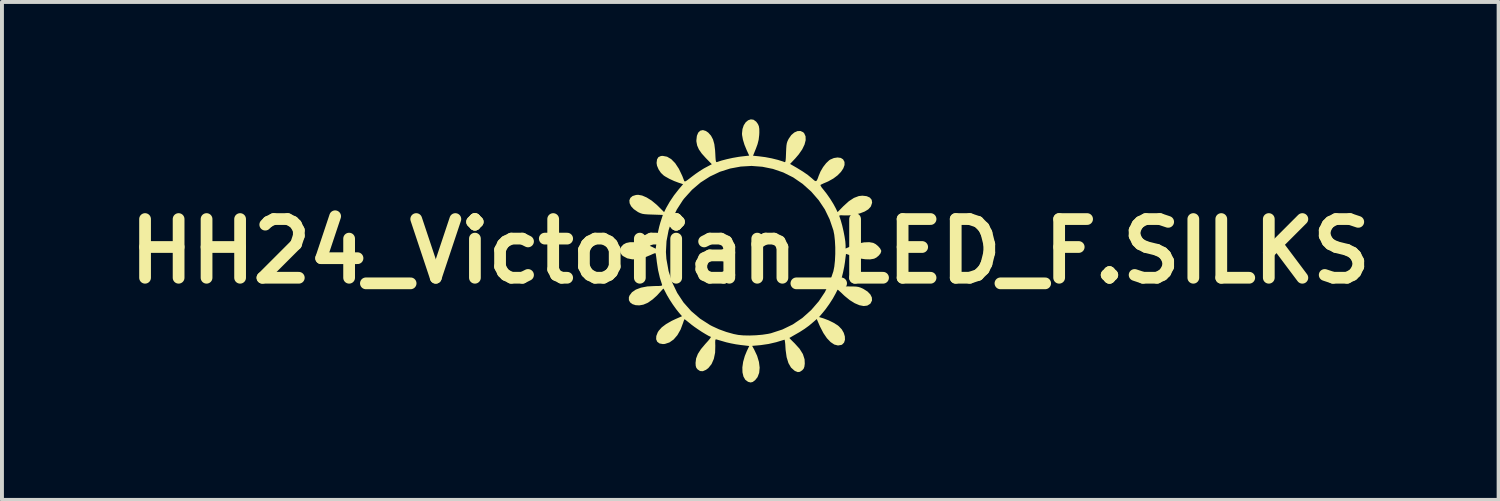
<source format=kicad_pcb>
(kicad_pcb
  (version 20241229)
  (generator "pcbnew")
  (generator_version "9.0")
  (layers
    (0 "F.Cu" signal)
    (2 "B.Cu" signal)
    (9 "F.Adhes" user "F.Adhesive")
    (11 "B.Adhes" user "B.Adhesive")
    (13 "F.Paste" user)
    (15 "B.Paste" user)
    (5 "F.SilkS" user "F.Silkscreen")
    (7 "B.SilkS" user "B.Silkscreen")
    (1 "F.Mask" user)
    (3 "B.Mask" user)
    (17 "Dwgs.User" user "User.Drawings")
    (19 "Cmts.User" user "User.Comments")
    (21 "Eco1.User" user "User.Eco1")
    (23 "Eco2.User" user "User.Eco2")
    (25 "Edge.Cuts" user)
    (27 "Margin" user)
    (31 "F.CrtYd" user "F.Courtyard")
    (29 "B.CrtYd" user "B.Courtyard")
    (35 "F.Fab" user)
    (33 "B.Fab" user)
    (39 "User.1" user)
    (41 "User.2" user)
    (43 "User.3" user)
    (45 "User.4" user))
  (footprint "HH24_Victorian_LED_F.SILKS"
    (layer "F.Cu")
    (at 16.121 3.369)
    (property "Reference" "HH24_Victorian_LED_F.SILKS" (at 0 0 0) (layer "F.SilkS") (effects (font (size 1.5 1.5) (thickness 0.3))))
    (attr board_only exclude_from_pos_files exclude_from_bom)
    (fp_poly (pts (xy 0.083 -3.36) (xy 0.148 -3.313) (xy 0.157 -3.303) (xy 0.196 -3.249) (xy 0.22 -3.194) (xy 0.231 -3.125) (xy 0.232 -3.032) (xy 0.229 -2.97) (xy 0.215 -2.851) (xy 0.186 -2.735) (xy 0.145 -2.623) (xy 0.071 -2.44) (xy 0.221 -2.425) (xy 0.384 -2.404) (xy 0.551 -2.372) (xy 0.708 -2.333) (xy 0.841 -2.291) (xy 0.872 -2.278) (xy 0.887 -2.276) (xy 0.897 -2.289) (xy 0.904 -2.324) (xy 0.909 -2.386) (xy 0.913 -2.482) (xy 0.914 -2.514) (xy 0.919 -2.625) (xy 0.925 -2.704) (xy 0.935 -2.762) (xy 0.951 -2.81) (xy 0.975 -2.86) (xy 0.984 -2.876) (xy 1.049 -2.969) (xy 1.126 -3.034) (xy 1.206 -3.069) (xy 1.283 -3.072) (xy 1.351 -3.041) (xy 1.378 -3.013) (xy 1.413 -2.936) (xy 1.416 -2.838) (xy 1.387 -2.726) (xy 1.328 -2.603) (xy 1.24 -2.476) (xy 1.154 -2.375) (xy 1.017 -2.23) (xy 1.192 -2.129) (xy 1.345 -2.035) (xy 1.471 -1.948) (xy 1.58 -1.858) (xy 1.605 -1.835) (xy 1.648 -1.799) (xy 1.679 -1.79) (xy 1.703 -1.811) (xy 1.728 -1.867) (xy 1.747 -1.923) (xy 1.795 -2.037) (xy 1.861 -2.15) (xy 1.938 -2.249) (xy 2.016 -2.323) (xy 2.043 -2.341) (xy 2.137 -2.381) (xy 2.23 -2.395) (xy 2.313 -2.384) (xy 2.372 -2.347) (xy 2.408 -2.281) (xy 2.409 -2.202) (xy 2.377 -2.115) (xy 2.317 -2.026) (xy 2.231 -1.938) (xy 2.123 -1.857) (xy 1.996 -1.786) (xy 1.949 -1.765) (xy 1.878 -1.735) (xy 1.823 -1.709) (xy 1.794 -1.694) (xy 1.794 -1.694) (xy 1.798 -1.672) (xy 1.825 -1.628) (xy 1.867 -1.576) (xy 1.953 -1.467) (xy 2.043 -1.338) (xy 2.125 -1.206) (xy 2.184 -1.097) (xy 2.231 -0.999) (xy 2.381 -1.152) (xy 2.519 -1.277) (xy 2.649 -1.362) (xy 2.773 -1.409) (xy 2.865 -1.419) (xy 2.976 -1.406) (xy 3.056 -1.37) (xy 3.103 -1.313) (xy 3.114 -1.24) (xy 3.086 -1.154) (xy 3.073 -1.131) (xy 3.015 -1.069) (xy 2.922 -1.013) (xy 2.805 -0.968) (xy 2.672 -0.934) (xy 2.532 -0.916) (xy 2.394 -0.915) (xy 2.378 -0.916) (xy 2.31 -0.919) (xy 2.278 -0.912) (xy 2.275 -0.899) (xy 2.313 -0.787) (xy 2.35 -0.654) (xy 2.383 -0.511) (xy 2.41 -0.372) (xy 2.429 -0.248) (xy 2.436 -0.152) (xy 2.436 -0.148) (xy 2.436 -0.068) (xy 2.609 -0.143) (xy 2.761 -0.197) (xy 2.908 -0.226) (xy 3.041 -0.231) (xy 3.142 -0.213) (xy 3.204 -0.181) (xy 3.266 -0.13) (xy 3.317 -0.072) (xy 3.345 -0.018) (xy 3.347 -0.001) (xy 3.33 0.053) (xy 3.284 0.111) (xy 3.223 0.162) (xy 3.163 0.192) (xy 3.064 0.209) (xy 2.939 0.206) (xy 2.801 0.185) (xy 2.661 0.146) (xy 2.616 0.13) (xy 2.54 0.101) (xy 2.482 0.08) (xy 2.45 0.07) (xy 2.446 0.069) (xy 2.443 0.091) (xy 2.436 0.145) (xy 2.426 0.223) (xy 2.42 0.276) (xy 2.401 0.396) (xy 2.373 0.533) (xy 2.339 0.671) (xy 2.304 0.794) (xy 2.279 0.869) (xy 2.279 0.882) (xy 2.296 0.891) (xy 2.336 0.897) (xy 2.406 0.9) (xy 2.512 0.9) (xy 2.515 0.9) (xy 2.624 0.901) (xy 2.702 0.904) (xy 2.76 0.912) (xy 2.81 0.927) (xy 2.862 0.949) (xy 2.892 0.964) (xy 2.995 1.029) (xy 3.068 1.104) (xy 3.107 1.182) (xy 3.111 1.259) (xy 3.076 1.33) (xy 3.062 1.346) (xy 2.99 1.39) (xy 2.897 1.401) (xy 2.789 1.38) (xy 2.669 1.329) (xy 2.542 1.25) (xy 2.413 1.145) (xy 2.387 1.121) (xy 2.324 1.06) (xy 2.272 1.013) (xy 2.24 0.985) (xy 2.233 0.981) (xy 2.222 1) (xy 2.199 1.046) (xy 2.182 1.08) (xy 2.11 1.21) (xy 2.019 1.351) (xy 1.922 1.486) (xy 1.857 1.566) (xy 1.758 1.682) (xy 1.87 1.716) (xy 1.999 1.765) (xy 2.124 1.826) (xy 2.231 1.892) (xy 2.264 1.919) (xy 2.338 1.997) (xy 2.389 2.086) (xy 2.417 2.178) (xy 2.42 2.263) (xy 2.397 2.335) (xy 2.347 2.386) (xy 2.33 2.394) (xy 2.241 2.409) (xy 2.147 2.385) (xy 2.053 2.322) (xy 1.959 2.224) (xy 1.869 2.092) (xy 1.784 1.928) (xy 1.771 1.899) (xy 1.699 1.733) (xy 1.617 1.805) (xy 1.502 1.902) (xy 1.389 1.984) (xy 1.263 2.065) (xy 1.186 2.109) (xy 1.109 2.153) (xy 1.047 2.189) (xy 1.009 2.211) (xy 1 2.215) (xy 1.011 2.231) (xy 1.047 2.268) (xy 1.101 2.322) (xy 1.133 2.353) (xy 1.26 2.493) (xy 1.345 2.629) (xy 1.388 2.763) (xy 1.393 2.874) (xy 1.383 2.951) (xy 1.364 3.002) (xy 1.329 3.041) (xy 1.326 3.044) (xy 1.268 3.082) (xy 1.214 3.089) (xy 1.149 3.063) (xy 1.128 3.051) (xy 1.041 2.973) (xy 0.975 2.858) (xy 0.929 2.707) (xy 0.903 2.519) (xy 0.899 2.457) (xy 0.894 2.372) (xy 0.886 2.305) (xy 0.879 2.267) (xy 0.874 2.261) (xy 0.663 2.325) (xy 0.469 2.37) (xy 0.271 2.399) (xy 0.209 2.405) (xy 0.048 2.419) (xy 0.098 2.509) (xy 0.175 2.672) (xy 0.222 2.829) (xy 0.24 2.975) (xy 0.228 3.107) (xy 0.186 3.218) (xy 0.124 3.296) (xy 0.063 3.341) (xy 0.009 3.354) (xy -0.054 3.338) (xy -0.058 3.336) (xy -0.127 3.285) (xy -0.174 3.203) (xy -0.199 3.096) (xy -0.202 2.968) (xy -0.182 2.827) (xy -0.139 2.676) (xy -0.087 2.55) (xy -0.026 2.422) (xy -0.247 2.396) (xy -0.367 2.379) (xy -0.497 2.354) (xy -0.614 2.327) (xy -0.652 2.316) (xy -0.738 2.291) (xy -0.811 2.27) (xy -0.858 2.256) (xy -0.869 2.253) (xy -0.885 2.254) (xy -0.893 2.274) (xy -0.896 2.321) (xy -0.894 2.402) (xy -0.893 2.41) (xy -0.898 2.592) (xy -0.931 2.751) (xy -0.989 2.884) (xy -1.071 2.986) (xy -1.131 3.031) (xy -1.212 3.066) (xy -1.283 3.062) (xy -1.346 3.02) (xy -1.379 2.978) (xy -1.394 2.927) (xy -1.398 2.854) (xy -1.384 2.741) (xy -1.339 2.625) (xy -1.26 2.502) (xy -1.146 2.367) (xy -1.135 2.355) (xy -1.075 2.289) (xy -1.031 2.235) (xy -1.008 2.199) (xy -1.007 2.189) (xy -1.063 2.164) (xy -1.142 2.119) (xy -1.236 2.062) (xy -1.334 1.997) (xy -1.427 1.933) (xy -1.506 1.874) (xy -1.518 1.864) (xy -1.586 1.809) (xy -1.64 1.766) (xy -1.674 1.741) (xy -1.68 1.737) (xy -1.69 1.755) (xy -1.707 1.801) (xy -1.715 1.827) (xy -1.78 2.001) (xy -1.862 2.145) (xy -1.958 2.256) (xy -2.065 2.331) (xy -2.181 2.369) (xy -2.233 2.373) (xy -2.319 2.357) (xy -2.377 2.314) (xy -2.405 2.249) (xy -2.401 2.167) (xy -2.364 2.072) (xy -2.337 2.03) (xy -2.261 1.945) (xy -2.148 1.86) (xy -2.004 1.778) (xy -1.904 1.731) (xy -1.744 1.661) (xy -1.817 1.577) (xy -1.892 1.483) (xy -1.976 1.366) (xy -2.057 1.242) (xy -2.126 1.126) (xy -2.15 1.08) (xy -2.182 1.018) (xy -2.206 0.973) (xy -2.215 0.956) (xy -2.232 0.966) (xy -2.264 1) (xy -2.281 1.019) (xy -2.382 1.13) (xy -2.494 1.231) (xy -2.603 1.308) (xy -2.629 1.323) (xy -2.733 1.366) (xy -2.835 1.384) (xy -2.929 1.379) (xy -3.009 1.353) (xy -3.068 1.31) (xy -3.101 1.251) (xy -3.102 1.179) (xy -3.086 1.133) (xy -3.023 1.049) (xy -2.924 0.981) (xy -2.792 0.931) (xy -2.63 0.9) (xy -2.442 0.89) (xy -2.44 0.89) (xy -2.345 0.889) (xy -2.286 0.885) (xy -2.257 0.876) (xy -2.251 0.864) (xy -2.252 0.861) (xy -2.309 0.683) (xy -2.356 0.481) (xy -2.388 0.271) (xy -2.392 0.234) (xy -2.402 0.153) (xy -2.411 0.089) (xy -2.419 0.054) (xy -2.421 0.051) (xy -2.444 0.053) (xy -2.493 0.072) (xy -2.535 0.092) (xy -2.705 0.163) (xy -2.865 0.202) (xy -3.013 0.208) (xy -3.144 0.182) (xy -3.253 0.123) (xy -3.278 0.101) (xy -3.321 0.036) (xy -3.323 0.018) (xy -2.155 0.018) (xy -2.143 0.198) (xy -2.087 0.507) (xy -1.995 0.797) (xy -1.867 1.065) (xy -1.705 1.31) (xy -1.51 1.53) (xy -1.283 1.723) (xy -1.026 1.888) (xy -0.974 1.915) (xy -0.8 1.995) (xy -0.61 2.064) (xy -0.423 2.116) (xy -0.307 2.139) (xy -0.178 2.151) (xy -0.022 2.154) (xy 0.145 2.148) (xy 0.309 2.134) (xy 0.455 2.112) (xy 0.529 2.096) (xy 0.82 2.001) (xy 1.087 1.871) (xy 1.331 1.706) (xy 1.555 1.505) (xy 1.559 1.501) (xy 1.751 1.279) (xy 1.907 1.045) (xy 2.03 0.791) (xy 2.124 0.512) (xy 2.148 0.391) (xy 2.164 0.241) (xy 2.172 0.073) (xy 2.172 -0.101) (xy 2.163 -0.268) (xy 2.147 -0.418) (xy 2.124 -0.533) (xy 2.028 -0.815) (xy 1.905 -1.069) (xy 1.749 -1.303) (xy 1.559 -1.522) (xy 1.337 -1.721) (xy 1.098 -1.885) (xy 0.844 -2.012) (xy 0.579 -2.103) (xy 0.308 -2.158) (xy 0.033 -2.179) (xy -0.242 -2.163) (xy -0.513 -2.113) (xy -0.777 -2.029) (xy -1.03 -1.909) (xy -1.269 -1.756) (xy -1.49 -1.568) (xy -1.689 -1.347) (xy -1.723 -1.303) (xy -1.877 -1.064) (xy -1.999 -0.806) (xy -2.087 -0.535) (xy -2.14 -0.258) (xy -2.155 0.018) (xy -3.323 0.018) (xy -3.328 -0.036) (xy -3.301 -0.108) (xy -3.244 -0.17) (xy -3.171 -0.21) (xy -3.075 -0.23) (xy -2.953 -0.23) (xy -2.816 -0.211) (xy -2.675 -0.175) (xy -2.54 -0.125) (xy -2.495 -0.104) (xy -2.417 -0.064) (xy -2.407 -0.132) (xy -2.4 -0.185) (xy -2.389 -0.266) (xy -2.378 -0.358) (xy -2.374 -0.386) (xy -2.355 -0.501) (xy -2.326 -0.629) (xy -2.294 -0.744) (xy -2.292 -0.749) (xy -2.234 -0.927) (xy -2.499 -0.936) (xy -2.613 -0.94) (xy -2.694 -0.946) (xy -2.754 -0.955) (xy -2.802 -0.97) (xy -2.85 -0.991) (xy -2.877 -1.006) (xy -2.977 -1.075) (xy -3.046 -1.15) (xy -3.083 -1.227) (xy -3.089 -1.3) (xy -3.063 -1.363) (xy -3.007 -1.41) (xy -2.92 -1.437) (xy -2.864 -1.441) (xy -2.763 -1.423) (xy -2.647 -1.373) (xy -2.522 -1.295) (xy -2.397 -1.192) (xy -2.356 -1.153) (xy -2.202 -0.999) (xy -2.147 -1.109) (xy -2.058 -1.264) (xy -1.949 -1.427) (xy -1.829 -1.58) (xy -1.819 -1.592) (xy -1.716 -1.713) (xy -1.827 -1.749) (xy -1.947 -1.794) (xy -2.07 -1.851) (xy -2.176 -1.911) (xy -2.211 -1.934) (xy -2.283 -2.002) (xy -2.343 -2.091) (xy -2.383 -2.185) (xy -2.394 -2.256) (xy -2.382 -2.347) (xy -2.346 -2.405) (xy -2.282 -2.433) (xy -2.238 -2.436) (xy -2.126 -2.415) (xy -2.02 -2.353) (xy -1.919 -2.25) (xy -1.824 -2.106) (xy -1.737 -1.923) (xy -1.688 -1.796) (xy -1.677 -1.783) (xy -1.655 -1.786) (xy -1.617 -1.809) (xy -1.556 -1.855) (xy -1.497 -1.901) (xy -1.4 -1.974) (xy -1.292 -2.048) (xy -1.19 -2.112) (xy -1.15 -2.134) (xy -0.982 -2.223) (xy -1.133 -2.377) (xy -1.24 -2.496) (xy -1.313 -2.601) (xy -1.357 -2.701) (xy -1.376 -2.801) (xy -1.377 -2.836) (xy -1.364 -2.948) (xy -1.33 -3.03) (xy -1.277 -3.08) (xy -1.21 -3.095) (xy -1.134 -3.072) (xy -1.073 -3.03) (xy -1.003 -2.952) (xy -0.952 -2.856) (xy -0.918 -2.735) (xy -0.899 -2.583) (xy -0.894 -2.504) (xy -0.889 -2.4) (xy -0.884 -2.332) (xy -0.876 -2.293) (xy -0.866 -2.277) (xy -0.851 -2.277) (xy -0.85 -2.278) (xy -0.739 -2.315) (xy -0.601 -2.351) (xy -0.452 -2.384) (xy -0.309 -2.409) (xy -0.247 -2.418) (xy -0.027 -2.443) (xy -0.089 -2.577) (xy -0.147 -2.717) (xy -0.188 -2.851) (xy -0.209 -2.968) (xy -0.211 -3.008) (xy -0.199 -3.122) (xy -0.166 -3.219) (xy -0.116 -3.295) (xy -0.054 -3.346) (xy 0.014 -3.369)) (stroke (width 0) (type solid)) (fill yes) (layer "F.SilkS")))
  (gr_rect
    (start -3 -3)
    (end 35.243 9.723)
    (stroke (width 0.1) (type default))
    (fill no)
    (layer "Edge.Cuts")))
</source>
